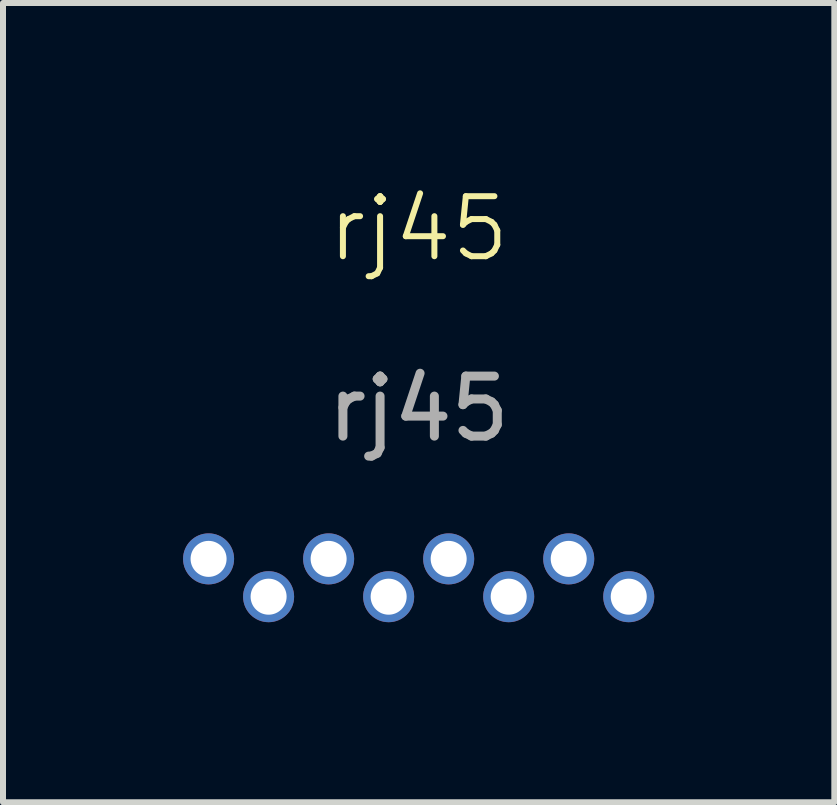
<source format=kicad_pcb>
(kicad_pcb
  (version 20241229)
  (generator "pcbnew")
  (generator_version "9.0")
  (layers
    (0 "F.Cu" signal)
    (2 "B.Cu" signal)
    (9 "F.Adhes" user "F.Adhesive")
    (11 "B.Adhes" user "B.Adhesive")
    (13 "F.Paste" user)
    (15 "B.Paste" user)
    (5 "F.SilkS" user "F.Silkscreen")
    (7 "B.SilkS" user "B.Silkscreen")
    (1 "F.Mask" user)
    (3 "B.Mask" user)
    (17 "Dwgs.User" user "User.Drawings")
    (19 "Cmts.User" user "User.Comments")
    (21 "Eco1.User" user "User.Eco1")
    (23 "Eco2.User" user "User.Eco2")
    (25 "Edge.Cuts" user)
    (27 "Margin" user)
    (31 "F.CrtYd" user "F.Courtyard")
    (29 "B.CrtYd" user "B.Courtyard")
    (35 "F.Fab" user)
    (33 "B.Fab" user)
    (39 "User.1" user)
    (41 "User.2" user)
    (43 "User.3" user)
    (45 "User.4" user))
  (footprint "rj45"
    (layer "F.Cu")
    (at 3.925 6.261)
    (property "Reference" "rj45" (at 0 -5.5 0) (unlocked yes) (layer "F.SilkS") (effects (font (size 1 1) (thickness 0.1))))
    (attr smd)
    (fp_text user "${REFERENCE}" (at 0 -2.5 0) (unlocked yes) (layer "F.Fab") (effects (font (size 1 1) (thickness 0.15))))
    (pad "1" thru_hole circle (at -3.5 0) (size 0.85 0.85) (drill 0.6) (layers "*.Cu" "*.Mask"))
    (pad "2" thru_hole circle (at -2.5 0.63) (size 0.85 0.85) (drill 0.6) (layers "*.Cu" "*.Mask"))
    (pad "3" thru_hole circle (at -1.5 0) (size 0.85 0.85) (drill 0.6) (layers "*.Cu" "*.Mask"))
    (pad "4" thru_hole circle (at -0.5 0.63) (size 0.85 0.85) (drill 0.6) (layers "*.Cu" "*.Mask"))
    (pad "5" thru_hole circle (at 0.5 0) (size 0.85 0.85) (drill 0.6) (layers "*.Cu" "*.Mask"))
    (pad "6" thru_hole circle (at 1.5 0.63) (size 0.85 0.85) (drill 0.6) (layers "*.Cu" "*.Mask"))
    (pad "7" thru_hole circle (at 2.5 0) (size 0.85 0.85) (drill 0.6) (layers "*.Cu" "*.Mask"))
    (pad "8" thru_hole circle (at 3.5 0.63) (size 0.85 0.85) (drill 0.6) (layers "*.Cu" "*.Mask")))
  (gr_rect
    (start -3 -3)
    (end 10.85 10.316)
    (stroke (width 0.1) (type default))
    (fill no)
    (layer "Edge.Cuts")))
</source>
